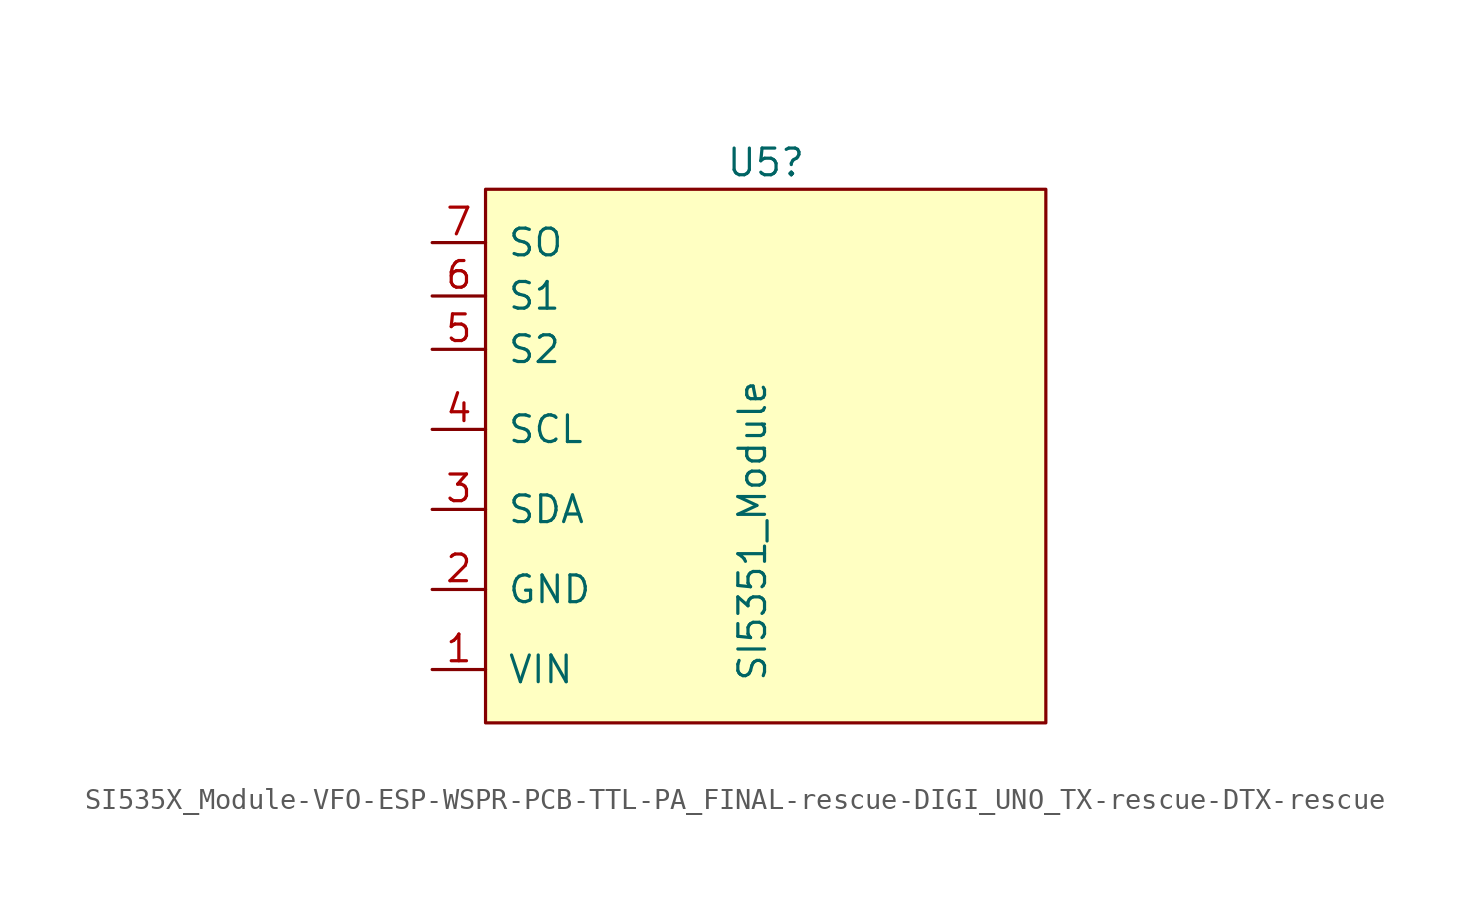
<source format=kicad_sym>
(kicad_symbol_lib
  (version 20220914)
  (generator kicad_symbol_editor)
  (symbol "SI535X_Module-VFO-ESP-WSPR-PCB-TTL-PA_FINAL-rescue-DIGI_UNO_TX-rescue-DTX-rescue"
    (pin_names
      (offset 1.016))
    (property "Reference" "U5"
      (at -1.27 13.97 0)
      (effects (font (size 1.27 1.27)) (justify left)))
    (property "Value" "SI5351_Module"
      (at 0 -10.795 90)
      (effects (font (size 1.27 1.27)) (justify left)))
    (symbol "SI535X_Module-VFO-ESP-WSPR-PCB-TTL-PA_FINAL-rescue-DIGI_UNO_TX-rescue-DTX-rescue_0_1"
      (rectangle (start -12.7 12.7) (end 13.97 -12.7) (stroke (width 0) (type default)) (fill (type background))))
    (symbol "SI535X_Module-VFO-ESP-WSPR-PCB-TTL-PA_FINAL-rescue-DIGI_UNO_TX-rescue-DTX-rescue_1_1"
      (pin input line (at -15.24 -10.16 0) (length 2.54) (name "VIN" (effects (font (size 1.27 1.27)))) (number "1" (effects (font (size 1.27 1.27)))))
      (pin input line (at -15.24 -6.35 0) (length 2.54) (name "GND" (effects (font (size 1.27 1.27)))) (number "2" (effects (font (size 1.27 1.27)))))
      (pin input line (at -15.24 -2.54 0) (length 2.54) (name "SDA" (effects (font (size 1.27 1.27)))) (number "3" (effects (font (size 1.27 1.27)))))
      (pin input line (at -15.24 1.27 0) (length 2.54) (name "SCL" (effects (font (size 1.27 1.27)))) (number "4" (effects (font (size 1.27 1.27)))))
      (pin output line (at -15.24 5.08 0) (length 2.54) (name "S2" (effects (font (size 1.27 1.27)))) (number "5" (effects (font (size 1.27 1.27)))))
      (pin output line (at -15.24 7.62 0) (length 2.54) (name "S1" (effects (font (size 1.27 1.27)))) (number "6" (effects (font (size 1.27 1.27)))))
      (pin output line (at -15.24 10.16 0) (length 2.54) (name "SO" (effects (font (size 1.27 1.27)))) (number "7" (effects (font (size 1.27 1.27))))))))
</source>
